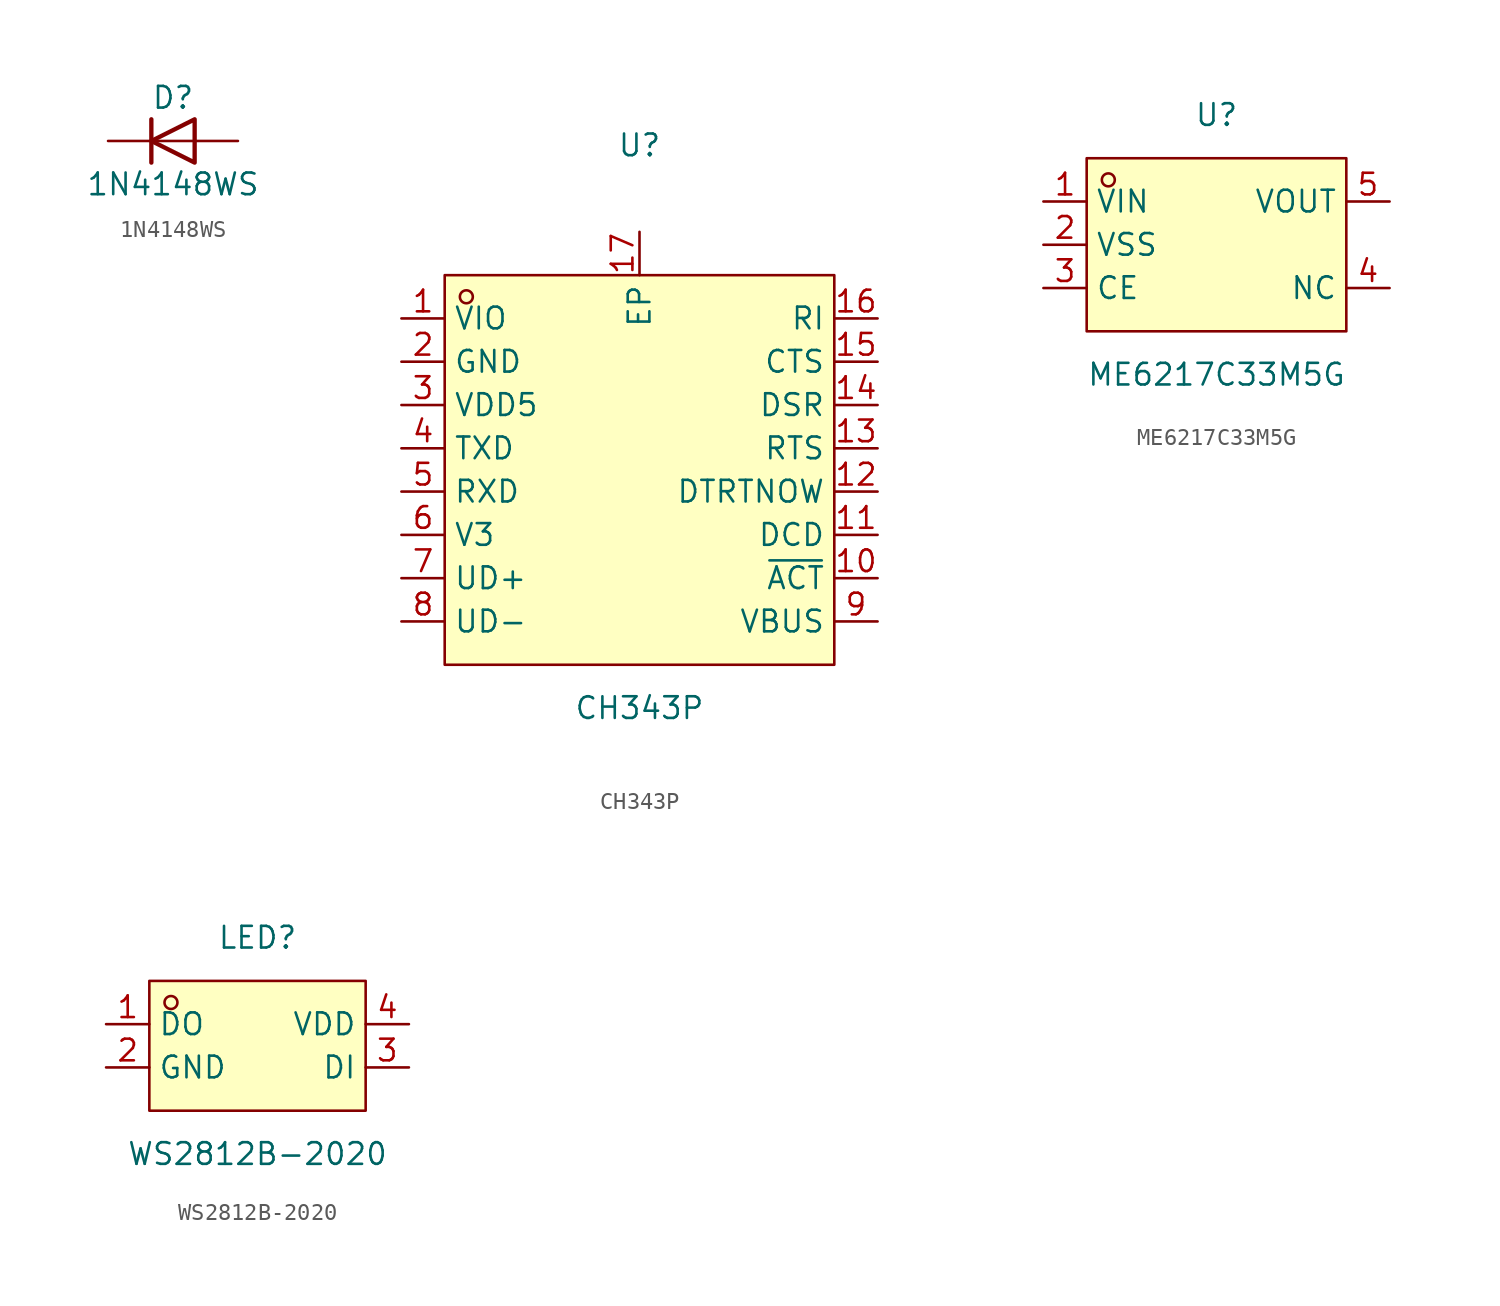
<source format=kicad_sym>
(kicad_symbol_lib
  (version 20220914)
  (generator kicad_symbol_editor)
  (symbol "1N4148WS"
    (pin_numbers hide)
    (pin_names hide)
    (property "Reference" "D"
      (at 0 2.54 0)
      (effects (font (size 1.27 1.27))))
    (property "Value" "1N4148WS"
      (at 0 -2.54 0)
      (effects (font (size 1.27 1.27))))
    (symbol "1N4148WS_0_1"
      (polyline (pts (xy -1.27 1.27) (xy -1.27 -1.27)) (stroke (width 0.254) (type default)) (fill (type none)))
      (polyline (pts (xy 1.27 0) (xy -1.27 0)) (stroke (width 0) (type default)) (fill (type none)))
      (polyline (pts (xy 1.27 1.27) (xy 1.27 -1.27) (xy -1.27 0) (xy 1.27 1.27)) (stroke (width 0.254) (type default)) (fill (type none))))
    (symbol "1N4148WS_1_1"
      (pin passive line (at -3.81 0 0) (length 2.54) (name "K" (effects (font (size 1.27 1.27)))) (number "1" (effects (font (size 1.27 1.27)))))
      (pin passive line (at 3.81 0 180) (length 2.54) (name "A" (effects (font (size 1.27 1.27)))) (number "2" (effects (font (size 1.27 1.27)))))))
  (symbol "CH343P"
    (property "Reference" "U"
      (at 0 19.05 0)
      (effects (font (size 1.27 1.27))))
    (property "Value" "CH343P"
      (at 0 -13.97 0)
      (effects (font (size 1.27 1.27))))
    (symbol "CH343P_0_1"
      (rectangle (start -11.43 11.43) (end 11.43 -11.43) (stroke (width 0) (type default)) (fill (type background)))
      (circle (center -10.16 10.16) (radius 0.38) (stroke (width 0) (type default)) (fill (type none)))
      (pin unspecified line (at -13.97 8.89 0) (length 2.54) (name "VIO" (effects (font (size 1.27 1.27)))) (number "1" (effects (font (size 1.27 1.27)))))
      (pin unspecified line (at 13.97 -6.35 180) (length 2.54) (name "~{ACT}" (effects (font (size 1.27 1.27)))) (number "10" (effects (font (size 1.27 1.27)))))
      (pin unspecified line (at 13.97 -3.81 180) (length 2.54) (name "DCD" (effects (font (size 1.27 1.27)))) (number "11" (effects (font (size 1.27 1.27)))))
      (pin unspecified line (at 13.97 -1.27 180) (length 2.54) (name "DTRTNOW" (effects (font (size 1.27 1.27)))) (number "12" (effects (font (size 1.27 1.27)))))
      (pin unspecified line (at 13.97 1.27 180) (length 2.54) (name "RTS" (effects (font (size 1.27 1.27)))) (number "13" (effects (font (size 1.27 1.27)))))
      (pin unspecified line (at 13.97 3.81 180) (length 2.54) (name "DSR" (effects (font (size 1.27 1.27)))) (number "14" (effects (font (size 1.27 1.27)))))
      (pin unspecified line (at 13.97 6.35 180) (length 2.54) (name "CTS" (effects (font (size 1.27 1.27)))) (number "15" (effects (font (size 1.27 1.27)))))
      (pin unspecified line (at 13.97 8.89 180) (length 2.54) (name "RI" (effects (font (size 1.27 1.27)))) (number "16" (effects (font (size 1.27 1.27)))))
      (pin unspecified line (at 0 13.97 270) (length 2.54) (name "EP" (effects (font (size 1.27 1.27)))) (number "17" (effects (font (size 1.27 1.27)))))
      (pin unspecified line (at -13.97 6.35 0) (length 2.54) (name "GND" (effects (font (size 1.27 1.27)))) (number "2" (effects (font (size 1.27 1.27)))))
      (pin unspecified line (at -13.97 3.81 0) (length 2.54) (name "VDD5" (effects (font (size 1.27 1.27)))) (number "3" (effects (font (size 1.27 1.27)))))
      (pin unspecified line (at -13.97 1.27 0) (length 2.54) (name "TXD" (effects (font (size 1.27 1.27)))) (number "4" (effects (font (size 1.27 1.27)))))
      (pin unspecified line (at -13.97 -1.27 0) (length 2.54) (name "RXD" (effects (font (size 1.27 1.27)))) (number "5" (effects (font (size 1.27 1.27)))))
      (pin unspecified line (at -13.97 -3.81 0) (length 2.54) (name "V3" (effects (font (size 1.27 1.27)))) (number "6" (effects (font (size 1.27 1.27)))))
      (pin unspecified line (at -13.97 -6.35 0) (length 2.54) (name "UD+" (effects (font (size 1.27 1.27)))) (number "7" (effects (font (size 1.27 1.27)))))
      (pin unspecified line (at -13.97 -8.89 0) (length 2.54) (name "UD-" (effects (font (size 1.27 1.27)))) (number "8" (effects (font (size 1.27 1.27)))))
      (pin unspecified line (at 13.97 -8.89 180) (length 2.54) (name "VBUS" (effects (font (size 1.27 1.27)))) (number "9" (effects (font (size 1.27 1.27)))))))
  (symbol "ME6217C33M5G"
    (property "Reference" "U"
      (at 0 7.62 0)
      (effects (font (size 1.27 1.27))))
    (property "Value" "ME6217C33M5G"
      (at 0 -7.62 0)
      (effects (font (size 1.27 1.27))))
    (symbol "ME6217C33M5G_0_1"
      (rectangle (start -7.62 5.08) (end 7.62 -5.08) (stroke (width 0) (type default)) (fill (type background)))
      (circle (center -6.35 3.81) (radius 0.38) (stroke (width 0) (type default)) (fill (type none)))
      (pin unspecified line (at -10.16 2.54 0) (length 2.54) (name "VIN" (effects (font (size 1.27 1.27)))) (number "1" (effects (font (size 1.27 1.27)))))
      (pin unspecified line (at -10.16 0 0) (length 2.54) (name "VSS" (effects (font (size 1.27 1.27)))) (number "2" (effects (font (size 1.27 1.27)))))
      (pin unspecified line (at -10.16 -2.54 0) (length 2.54) (name "CE" (effects (font (size 1.27 1.27)))) (number "3" (effects (font (size 1.27 1.27)))))
      (pin unspecified line (at 10.16 -2.54 180) (length 2.54) (name "NC" (effects (font (size 1.27 1.27)))) (number "4" (effects (font (size 1.27 1.27)))))
      (pin unspecified line (at 10.16 2.54 180) (length 2.54) (name "VOUT" (effects (font (size 1.27 1.27)))) (number "5" (effects (font (size 1.27 1.27)))))))
  (symbol "WS2812B-2020"
    (property "Reference" "LED"
      (at 0 6.35 0)
      (effects (font (size 1.27 1.27))))
    (property "Value" "WS2812B-2020"
      (at 0 -6.35 0)
      (effects (font (size 1.27 1.27))))
    (symbol "WS2812B-2020_0_1"
      (rectangle (start -6.35 3.81) (end 6.35 -3.81) (stroke (width 0) (type default)) (fill (type background)))
      (circle (center -5.08 2.54) (radius 0.38) (stroke (width 0) (type default)) (fill (type none)))
      (pin unspecified line (at -8.89 1.27 0) (length 2.54) (name "DO" (effects (font (size 1.27 1.27)))) (number "1" (effects (font (size 1.27 1.27)))))
      (pin unspecified line (at -8.89 -1.27 0) (length 2.54) (name "GND" (effects (font (size 1.27 1.27)))) (number "2" (effects (font (size 1.27 1.27)))))
      (pin unspecified line (at 8.89 -1.27 180) (length 2.54) (name "DI" (effects (font (size 1.27 1.27)))) (number "3" (effects (font (size 1.27 1.27)))))
      (pin unspecified line (at 8.89 1.27 180) (length 2.54) (name "VDD" (effects (font (size 1.27 1.27)))) (number "4" (effects (font (size 1.27 1.27))))))))
</source>
